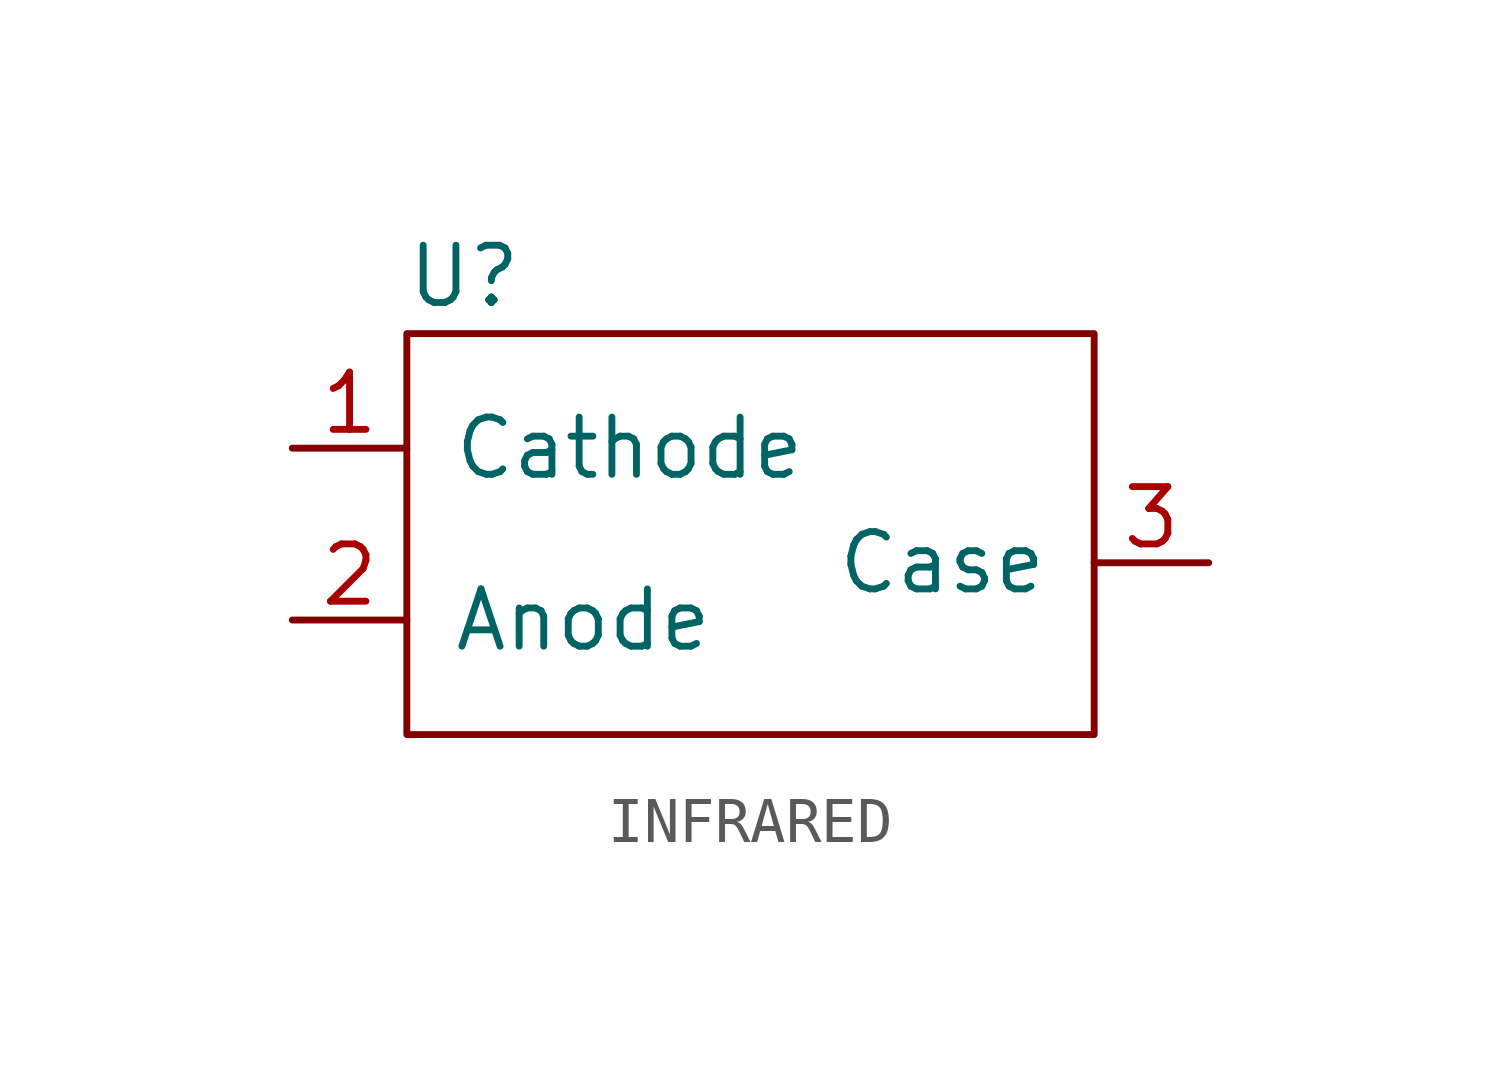
<source format=kicad_sym>
(kicad_symbol_lib
  (version 20231120)
  (generator "kicad_symbol_editor")
  (generator_version "8.0")
  (symbol "INFRARED"
    (pin_names
      (offset 1))
    (property "Reference" "U"
      (at 0 0 0)
      (effects (font (size 1.27 1.27))))
    (property "Value" ""
      (at 0 0 0)
      (effects (font (size 1.27 1.27))))
    (symbol "INFRARED_0_1"
      (rectangle (start -1.27 -1.27) (end 13.97 -10.16) (stroke (width 0) (type default)) (fill (type none))))
    (symbol "INFRARED_1_1"
      (pin input line (at -3.81 -3.81 0) (length 2.54) (name "Cathode" (effects (font (size 1.27 1.27)))) (number "1" (effects (font (size 1.27 1.27)))))
      (pin input line (at -3.81 -7.62 0) (length 2.54) (name "Anode" (effects (font (size 1.27 1.27)))) (number "2" (effects (font (size 1.27 1.27)))))
      (pin input line (at 16.51 -6.35 180) (length 2.54) (name "Case" (effects (font (size 1.27 1.27)))) (number "3" (effects (font (size 1.27 1.27))))))))
</source>
